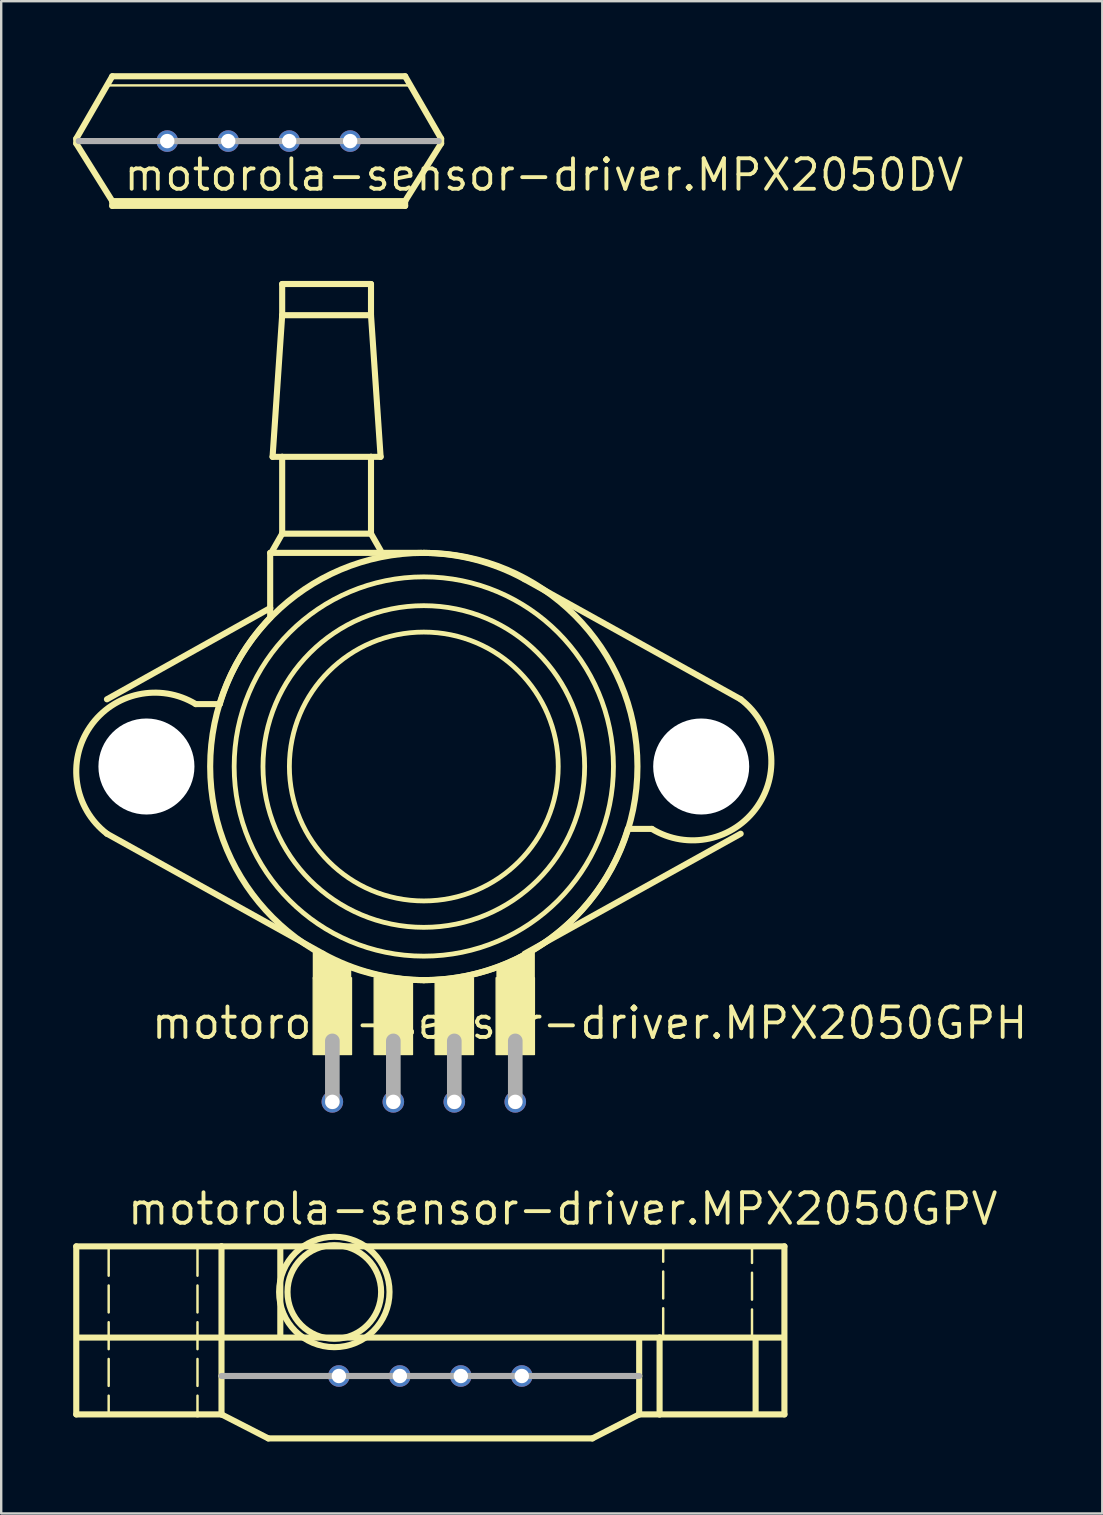
<source format=kicad_pcb>
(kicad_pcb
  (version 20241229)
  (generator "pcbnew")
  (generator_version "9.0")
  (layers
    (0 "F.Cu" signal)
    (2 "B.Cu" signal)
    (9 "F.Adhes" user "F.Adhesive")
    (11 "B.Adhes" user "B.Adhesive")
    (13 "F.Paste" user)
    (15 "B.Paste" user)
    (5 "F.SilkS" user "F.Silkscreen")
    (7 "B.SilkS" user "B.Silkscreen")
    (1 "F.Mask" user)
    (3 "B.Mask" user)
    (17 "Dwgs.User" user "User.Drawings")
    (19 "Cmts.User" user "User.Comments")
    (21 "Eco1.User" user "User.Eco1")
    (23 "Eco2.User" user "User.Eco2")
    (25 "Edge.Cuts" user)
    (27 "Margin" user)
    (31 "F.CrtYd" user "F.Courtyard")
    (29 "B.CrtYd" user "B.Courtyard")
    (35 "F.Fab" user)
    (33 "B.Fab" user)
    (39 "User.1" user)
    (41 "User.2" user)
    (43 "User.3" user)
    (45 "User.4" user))
  (footprint "motorola-sensor-driver.MPX2050DV"
    (layer "F.Cu")
    (at 7.727 2.827)
    (property "Reference" "motorola-sensor-driver.MPX2050DV" (at -5.7 2.15 0) (layer "F.SilkS") (effects (font (size 1.27 1.27) (thickness 0.16)) (justify left bottom)))
    (attr through_hole)
    (fp_line (start -7.6 -0.1) (end -6.1 -2.7) (stroke (width 0.254) (type default)) (layer "F.SilkS"))
    (fp_line (start -7.6 0.1) (end -7.6 -0.1) (stroke (width 0.254) (type default)) (layer "F.SilkS"))
    (fp_line (start -6.227 -2.319) (end 6.227 -2.319) (stroke (width 0.102) (type default)) (layer "F.SilkS"))
    (fp_line (start -6.1 -2.7) (end 6.1 -2.7) (stroke (width 0.254) (type default)) (layer "F.SilkS"))
    (fp_line (start -6.1 2.5) (end -7.6 0.1) (stroke (width 0.254) (type default)) (layer "F.SilkS"))
    (fp_line (start -6.1 2.7) (end -6.1 2.5) (stroke (width 0.254) (type default)) (layer "F.SilkS"))
    (fp_line (start 6.1 -2.7) (end 7.6 -0.1) (stroke (width 0.254) (type default)) (layer "F.SilkS"))
    (fp_line (start 6.1 2.5) (end -6.1 2.5) (stroke (width 0.254) (type default)) (layer "F.SilkS"))
    (fp_line (start 6.1 2.5) (end 6.1 2.7) (stroke (width 0.254) (type default)) (layer "F.SilkS"))
    (fp_line (start 6.1 2.7) (end -6.1 2.7) (stroke (width 0.254) (type default)) (layer "F.SilkS"))
    (fp_line (start 7.6 -0.1) (end 7.6 0.1) (stroke (width 0.254) (type default)) (layer "F.SilkS"))
    (fp_line (start 7.6 0.1) (end 6.1 2.5) (stroke (width 0.254) (type default)) (layer "F.SilkS"))
    (fp_line (start -7.5 0) (end 7.5 0) (stroke (width 0.254) (type default)) (layer "F.Fab"))
    (pad "1" thru_hole circle (at -3.81 0) (size 0.9 0.9) (drill 0.6) (layers "*.Cu" "*.Mask"))
    (pad "2" thru_hole circle (at -1.27 0) (size 0.9 0.9) (drill 0.6) (layers "*.Cu" "*.Mask"))
    (pad "3" thru_hole circle (at 1.27 0) (size 0.9 0.9) (drill 0.6) (layers "*.Cu" "*.Mask"))
    (pad "4" thru_hole circle (at 3.81 0) (size 0.9 0.9) (drill 0.6) (layers "*.Cu" "*.Mask")))
  (footprint "motorola-sensor-driver.MPX2050GPH"
    (layer "F.Cu")
    (at 14.605 28.881)
    (property "Reference" "motorola-sensor-driver.MPX2050GPH" (at -11.43 11.43 0) (layer "F.SilkS") (effects (font (size 1.27 1.27) (thickness 0.16)) (justify left bottom)))
    (attr through_hole)
    (fp_line (start -13.2 -2.8) (end -6.4 -6.6) (stroke (width 0.254) (type default)) (layer "F.SilkS"))
    (fp_line (start -13.2 2.8) (end -4.2 7.8) (stroke (width 0.254) (type default)) (layer "F.SilkS"))
    (fp_line (start -9.5 -2.6) (end -8.5 -2.6) (stroke (width 0.254) (type default)) (layer "F.SilkS"))
    (fp_line (start -6.4 -8.9) (end -6.4 -6.6) (stroke (width 0.254) (type default)) (layer "F.SilkS"))
    (fp_line (start -6.4 -6.6) (end -6.4 -6.2) (stroke (width 0.254) (type default)) (layer "F.SilkS"))
    (fp_line (start -6.3 -12.9) (end -5.9 -18.8) (stroke (width 0.254) (type default)) (layer "F.SilkS"))
    (fp_line (start -5.9 -20.1) (end -5.9 -18.8) (stroke (width 0.254) (type default)) (layer "F.SilkS"))
    (fp_line (start -5.9 -18.8) (end -2.2 -18.8) (stroke (width 0.254) (type default)) (layer "F.SilkS"))
    (fp_line (start -5.9 -12.9) (end -6.3 -12.9) (stroke (width 0.254) (type default)) (layer "F.SilkS"))
    (fp_line (start -5.9 -12.9) (end -5.9 -9.7) (stroke (width 0.254) (type default)) (layer "F.SilkS"))
    (fp_line (start -5.9 -9.7) (end -6.3 -9) (stroke (width 0.254) (type default)) (layer "F.SilkS"))
    (fp_line (start -2.2 -20.1) (end -5.9 -20.1) (stroke (width 0.254) (type default)) (layer "F.SilkS"))
    (fp_line (start -2.2 -18.8) (end -2.2 -20.1) (stroke (width 0.254) (type default)) (layer "F.SilkS"))
    (fp_line (start -2.2 -18.8) (end -1.8 -12.9) (stroke (width 0.254) (type default)) (layer "F.SilkS"))
    (fp_line (start -2.2 -12.9) (end -5.9 -12.9) (stroke (width 0.254) (type default)) (layer "F.SilkS"))
    (fp_line (start -2.2 -9.7) (end -5.9 -9.7) (stroke (width 0.254) (type default)) (layer "F.SilkS"))
    (fp_line (start -2.2 -9.7) (end -2.2 -12.9) (stroke (width 0.254) (type default)) (layer "F.SilkS"))
    (fp_line (start -1.8 -12.9) (end -2.2 -12.9) (stroke (width 0.254) (type default)) (layer "F.SilkS"))
    (fp_line (start -1.8 -9) (end -2.2 -9.7) (stroke (width 0.254) (type default)) (layer "F.SilkS"))
    (fp_line (start -0.1 -8.9) (end -6.4 -8.9) (stroke (width 0.254) (type default)) (layer "F.SilkS"))
    (fp_line (start 9.5 2.6) (end 8.5 2.6) (stroke (width 0.254) (type default)) (layer "F.SilkS"))
    (fp_line (start 13.2 -2.8) (end 4.2 -7.8) (stroke (width 0.254) (type default)) (layer "F.SilkS"))
    (fp_line (start 13.2 2.8) (end 4.2 7.8) (stroke (width 0.254) (type default)) (layer "F.SilkS"))
    (fp_rect (start -4.61 12) (end -3.01 8.8) (stroke (width 0.05) (type default)) (fill yes) (layer "F.SilkS"))
    (fp_rect (start -2.07 12) (end -0.47 8.8) (stroke (width 0.05) (type default)) (fill yes) (layer "F.SilkS"))
    (fp_rect (start 0.47 12) (end 2.07 8.8) (stroke (width 0.05) (type default)) (fill yes) (layer "F.SilkS"))
    (fp_rect (start 3.01 12) (end 4.61 8.8) (stroke (width 0.05) (type default)) (fill yes) (layer "F.SilkS"))
    (fp_arc (start -13.2 2.8) (mid -13.904163 -1.650075) (end -9.5 -2.6) (stroke (width 0.254) (type default)) (layer "F.SilkS"))
    (fp_arc (start -8.5 -2.6) (mid -7.664366 -4.525047) (end -6.4 -6.2) (stroke (width 0.254) (type default)) (layer "F.SilkS"))
    (fp_arc (start 0 -8.9) (mid 2.168101 -8.610023) (end 4.2 -7.8) (stroke (width 0.254) (type default)) (layer "F.SilkS"))
    (fp_arc (start 0 8.9) (mid -2.168101 8.610023) (end -4.2 7.8) (stroke (width 0.254) (type default)) (layer "F.SilkS"))
    (fp_arc (start 8.5 2.6) (mid 5.287777 7.150175) (end 0 8.9) (stroke (width 0.254) (type default)) (layer "F.SilkS"))
    (fp_arc (start 13.2 -2.8) (mid 13.904163 1.650075) (end 9.5 2.6) (stroke (width 0.254) (type default)) (layer "F.SilkS"))
    (fp_circle (center 0 0) (end 5.6 0) (stroke (width 0.2) (type default)) (fill no) (layer "F.SilkS"))
    (fp_circle (center 0 0) (end 6.7 0) (stroke (width 0.2) (type default)) (fill no) (layer "F.SilkS"))
    (fp_circle (center 0 0) (end 7.9 0) (stroke (width 0.2) (type default)) (fill no) (layer "F.SilkS"))
    (fp_circle (center 0 0) (end 8.9 0) (stroke (width 0.254) (type default)) (fill no) (layer "F.SilkS"))
    (fp_poly (pts (xy -3.15 8.8) (xy -3.15 8.4) (xy -4.5 7.75) (xy -4.5 8.8)) (stroke (width 0.254) (type default)) (fill yes) (layer "F.SilkS"))
    (fp_poly (pts (xy 4.5 8.8) (xy 4.5 7.7) (xy 3.15 8.4) (xy 3.15 8.8)) (stroke (width 0.254) (type default)) (fill yes) (layer "F.SilkS"))
    (fp_line (start -3.81 13.97) (end -3.81 11.43) (stroke (width 0.61) (type default)) (layer "F.Fab"))
    (fp_line (start -1.27 13.97) (end -1.27 11.43) (stroke (width 0.61) (type default)) (layer "F.Fab"))
    (fp_line (start 1.27 13.97) (end 1.27 11.43) (stroke (width 0.61) (type default)) (layer "F.Fab"))
    (fp_line (start 3.81 13.97) (end 3.81 11.43) (stroke (width 0.61) (type default)) (layer "F.Fab"))
    (pad "" np_thru_hole circle (at -11.555 0) (size 4 4) (drill 4) (layers "*.Cu" "*.Mask"))
    (pad "" np_thru_hole circle (at 11.555 0) (size 4 4) (drill 4) (layers "*.Cu" "*.Mask"))
    (pad "1" thru_hole circle (at -3.81 13.97) (size 0.9 0.9) (drill 0.6) (layers "*.Cu" "*.Mask"))
    (pad "2" thru_hole circle (at -1.27 13.97) (size 0.9 0.9) (drill 0.6) (layers "*.Cu" "*.Mask"))
    (pad "3" thru_hole circle (at 1.27 13.97) (size 0.9 0.9) (drill 0.6) (layers "*.Cu" "*.Mask"))
    (pad "4" thru_hole circle (at 3.81 13.97) (size 0.9 0.9) (drill 0.6) (layers "*.Cu" "*.Mask")))
  (footprint "motorola-sensor-driver.MPX2050GPV"
    (layer "F.Cu")
    (at 14.877 54.271)
    (property "Reference" "motorola-sensor-driver.MPX2050GPV" (at -12.7 -6.22 0) (layer "F.SilkS") (effects (font (size 1.27 1.27) (thickness 0.16)) (justify left bottom)))
    (attr through_hole)
    (fp_line (start -14.75 -5.4) (end -8.7 -5.4) (stroke (width 0.254) (type default)) (layer "F.SilkS"))
    (fp_line (start -14.75 1.6) (end -14.75 -5.4) (stroke (width 0.254) (type default)) (layer "F.SilkS"))
    (fp_line (start -14.65 -1.6) (end -8.7 -1.6) (stroke (width 0.254) (type default)) (layer "F.SilkS"))
    (fp_line (start -13.4 -5.3) (end -13.4 1.55) (stroke (width 0.102) (type dash)) (layer "F.SilkS"))
    (fp_line (start -9.7 -5.3) (end -9.7 1.6) (stroke (width 0.102) (type dash)) (layer "F.SilkS"))
    (fp_line (start -9.7 1.6) (end -14.75 1.6) (stroke (width 0.254) (type default)) (layer "F.SilkS"))
    (fp_line (start -8.7 -5.4) (end -8.7 -1.6) (stroke (width 0.254) (type default)) (layer "F.SilkS"))
    (fp_line (start -8.7 -5.4) (end 14.75 -5.4) (stroke (width 0.254) (type default)) (layer "F.SilkS"))
    (fp_line (start -8.7 -1.6) (end -8.7 0) (stroke (width 0.254) (type default)) (layer "F.SilkS"))
    (fp_line (start -8.7 -1.6) (end 9.55 -1.6) (stroke (width 0.254) (type default)) (layer "F.SilkS"))
    (fp_line (start -8.7 0) (end -8.7 1.6) (stroke (width 0.254) (type default)) (layer "F.SilkS"))
    (fp_line (start -8.7 1.6) (end -9.7 1.6) (stroke (width 0.254) (type default)) (layer "F.SilkS"))
    (fp_line (start -6.75 2.6) (end -8.7 1.6) (stroke (width 0.254) (type default)) (layer "F.SilkS"))
    (fp_line (start -6.75 2.6) (end 6.75 2.6) (stroke (width 0.254) (type default)) (layer "F.SilkS"))
    (fp_line (start -6.25 -5.3) (end -6.25 -1.7) (stroke (width 0.254) (type default)) (layer "F.SilkS"))
    (fp_line (start 6.75 2.6) (end 8.7 1.6) (stroke (width 0.254) (type default)) (layer "F.SilkS"))
    (fp_line (start 8.7 0) (end 8.7 -1.55) (stroke (width 0.254) (type default)) (layer "F.SilkS"))
    (fp_line (start 8.7 0) (end 8.7 1.6) (stroke (width 0.254) (type default)) (layer "F.SilkS"))
    (fp_line (start 9.55 -1.6) (end 9.55 1.6) (stroke (width 0.254) (type default)) (layer "F.SilkS"))
    (fp_line (start 9.55 -1.6) (end 14.7 -1.6) (stroke (width 0.254) (type default)) (layer "F.SilkS"))
    (fp_line (start 9.55 1.6) (end 8.7 1.6) (stroke (width 0.254) (type default)) (layer "F.SilkS"))
    (fp_line (start 9.7 -1.7) (end 9.7 -5.35) (stroke (width 0.102) (type dash)) (layer "F.SilkS"))
    (fp_line (start 13.4 -1.65) (end 13.4 -5.35) (stroke (width 0.102) (type dash)) (layer "F.SilkS"))
    (fp_line (start 13.55 -1.55) (end 13.55 1.5) (stroke (width 0.254) (type default)) (layer "F.SilkS"))
    (fp_line (start 14.75 -5.4) (end 14.75 1.6) (stroke (width 0.254) (type default)) (layer "F.SilkS"))
    (fp_line (start 14.75 1.6) (end 9.55 1.6) (stroke (width 0.254) (type default)) (layer "F.SilkS"))
    (fp_circle (center -4 -3.5) (end -2.05 -3.5) (stroke (width 0.254) (type default)) (fill no) (layer "F.SilkS"))
    (fp_circle (center -4 -3.5) (end -1.7 -3.5) (stroke (width 0.254) (type default)) (fill no) (layer "F.SilkS"))
    (fp_line (start 8.7 0) (end -8.7 0) (stroke (width 0.254) (type default)) (layer "F.Fab"))
    (pad "1" thru_hole circle (at -3.81 0) (size 0.9 0.9) (drill 0.6) (layers "*.Cu" "*.Mask"))
    (pad "2" thru_hole circle (at -1.27 0) (size 0.9 0.9) (drill 0.6) (layers "*.Cu" "*.Mask"))
    (pad "3" thru_hole circle (at 1.27 0) (size 0.9 0.9) (drill 0.6) (layers "*.Cu" "*.Mask"))
    (pad "4" thru_hole circle (at 3.81 0) (size 0.9 0.9) (drill 0.6) (layers "*.Cu" "*.Mask")))
  (gr_rect
    (start -3 -3)
    (end 42.868 59.998)
    (stroke (width 0.1) (type default))
    (fill no)
    (layer "Edge.Cuts")))
</source>
